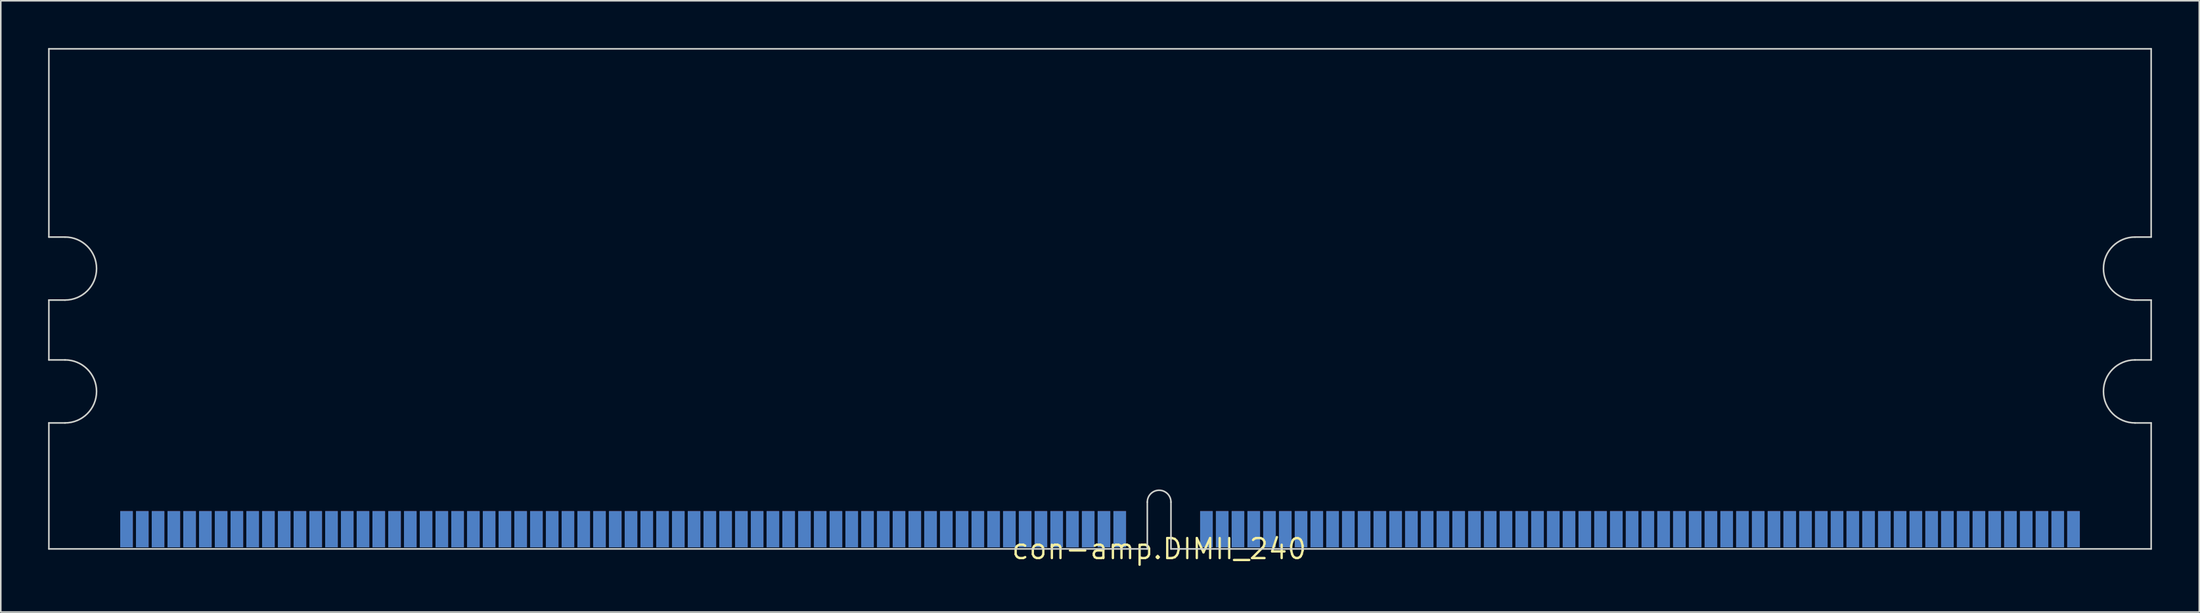
<source format=kicad_pcb>
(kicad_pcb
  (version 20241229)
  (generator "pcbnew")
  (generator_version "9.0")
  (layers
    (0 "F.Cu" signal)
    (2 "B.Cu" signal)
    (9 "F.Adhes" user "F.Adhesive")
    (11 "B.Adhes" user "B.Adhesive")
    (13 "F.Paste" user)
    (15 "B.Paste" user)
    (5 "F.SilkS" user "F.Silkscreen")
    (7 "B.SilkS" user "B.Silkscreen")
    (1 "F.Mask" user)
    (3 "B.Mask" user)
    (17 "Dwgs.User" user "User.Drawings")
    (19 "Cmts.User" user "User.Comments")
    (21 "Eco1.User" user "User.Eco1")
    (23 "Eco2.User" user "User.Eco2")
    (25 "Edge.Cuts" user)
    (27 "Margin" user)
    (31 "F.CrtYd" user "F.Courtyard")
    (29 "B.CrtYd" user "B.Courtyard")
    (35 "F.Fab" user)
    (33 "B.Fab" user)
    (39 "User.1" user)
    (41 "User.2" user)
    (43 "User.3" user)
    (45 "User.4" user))
  (footprint "con-amp.DIMII_240"
    (layer "F.Cu")
    (at 70.475 31.8)
    (property "Reference" "con-amp.DIMII_240" (at 0 0 0) (layer "F.SilkS") (effects (font (size 1.27 1.27) (thickness 0.15))))
    (attr smd)
    (fp_rect (start -66 0) (end 58.5 -2.5) (stroke (width 0.05) (type default)) (fill yes) (layer "F.Mask"))
    (fp_rect (start -65.95 0.075) (end -65.05 -2.45) (stroke (width 0.05) (type default)) (fill yes) (layer "F.Mask"))
    (fp_rect (start -64.95 0.075) (end -64.05 -2.45) (stroke (width 0.05) (type default)) (fill yes) (layer "F.Mask"))
    (fp_rect (start -63.95 0.075) (end -63.05 -2.45) (stroke (width 0.05) (type default)) (fill yes) (layer "F.Mask"))
    (fp_rect (start -62.95 0.075) (end -62.05 -2.45) (stroke (width 0.05) (type default)) (fill yes) (layer "F.Mask"))
    (fp_rect (start -61.95 0.075) (end -61.05 -2.45) (stroke (width 0.05) (type default)) (fill yes) (layer "F.Mask"))
    (fp_rect (start -60.95 0.075) (end -60.05 -2.45) (stroke (width 0.05) (type default)) (fill yes) (layer "F.Mask"))
    (fp_rect (start -59.95 0.075) (end -59.05 -2.45) (stroke (width 0.05) (type default)) (fill yes) (layer "F.Mask"))
    (fp_rect (start -58.95 0.075) (end -58.05 -2.45) (stroke (width 0.05) (type default)) (fill yes) (layer "F.Mask"))
    (fp_rect (start -57.95 0.075) (end -57.05 -2.45) (stroke (width 0.05) (type default)) (fill yes) (layer "F.Mask"))
    (fp_rect (start -56.95 0.075) (end -56.05 -2.45) (stroke (width 0.05) (type default)) (fill yes) (layer "F.Mask"))
    (fp_rect (start -55.95 0.075) (end -55.05 -2.45) (stroke (width 0.05) (type default)) (fill yes) (layer "F.Mask"))
    (fp_rect (start -54.95 0.075) (end -54.05 -2.45) (stroke (width 0.05) (type default)) (fill yes) (layer "F.Mask"))
    (fp_rect (start -53.95 0.075) (end -53.05 -2.45) (stroke (width 0.05) (type default)) (fill yes) (layer "F.Mask"))
    (fp_rect (start -52.95 0.075) (end -52.05 -2.45) (stroke (width 0.05) (type default)) (fill yes) (layer "F.Mask"))
    (fp_rect (start -51.95 0.075) (end -51.05 -2.45) (stroke (width 0.05) (type default)) (fill yes) (layer "F.Mask"))
    (fp_rect (start -50.95 0.075) (end -50.05 -2.45) (stroke (width 0.05) (type default)) (fill yes) (layer "F.Mask"))
    (fp_rect (start -49.95 0.075) (end -49.05 -2.45) (stroke (width 0.05) (type default)) (fill yes) (layer "F.Mask"))
    (fp_rect (start -48.95 0.075) (end -48.05 -2.45) (stroke (width 0.05) (type default)) (fill yes) (layer "F.Mask"))
    (fp_rect (start -47.95 0.075) (end -47.05 -2.45) (stroke (width 0.05) (type default)) (fill yes) (layer "F.Mask"))
    (fp_rect (start -46.95 0.075) (end -46.05 -2.45) (stroke (width 0.05) (type default)) (fill yes) (layer "F.Mask"))
    (fp_rect (start -45.95 0.075) (end -45.05 -2.45) (stroke (width 0.05) (type default)) (fill yes) (layer "F.Mask"))
    (fp_rect (start -44.95 0.075) (end -44.05 -2.45) (stroke (width 0.05) (type default)) (fill yes) (layer "F.Mask"))
    (fp_rect (start -43.95 0.075) (end -43.05 -2.45) (stroke (width 0.05) (type default)) (fill yes) (layer "F.Mask"))
    (fp_rect (start -42.95 0.075) (end -42.05 -2.45) (stroke (width 0.05) (type default)) (fill yes) (layer "F.Mask"))
    (fp_rect (start -41.95 0.075) (end -41.05 -2.45) (stroke (width 0.05) (type default)) (fill yes) (layer "F.Mask"))
    (fp_rect (start -40.95 0.075) (end -40.05 -2.45) (stroke (width 0.05) (type default)) (fill yes) (layer "F.Mask"))
    (fp_rect (start -39.95 0.075) (end -39.05 -2.45) (stroke (width 0.05) (type default)) (fill yes) (layer "F.Mask"))
    (fp_rect (start -38.95 0.075) (end -38.05 -2.45) (stroke (width 0.05) (type default)) (fill yes) (layer "F.Mask"))
    (fp_rect (start -37.95 0.075) (end -37.05 -2.45) (stroke (width 0.05) (type default)) (fill yes) (layer "F.Mask"))
    (fp_rect (start -36.95 0.075) (end -36.05 -2.45) (stroke (width 0.05) (type default)) (fill yes) (layer "F.Mask"))
    (fp_rect (start -35.95 0.075) (end -35.05 -2.45) (stroke (width 0.05) (type default)) (fill yes) (layer "F.Mask"))
    (fp_rect (start -34.95 0.075) (end -34.05 -2.45) (stroke (width 0.05) (type default)) (fill yes) (layer "F.Mask"))
    (fp_rect (start -33.95 0.075) (end -33.05 -2.45) (stroke (width 0.05) (type default)) (fill yes) (layer "F.Mask"))
    (fp_rect (start -32.95 0.075) (end -32.05 -2.45) (stroke (width 0.05) (type default)) (fill yes) (layer "F.Mask"))
    (fp_rect (start -31.95 0.075) (end -31.05 -2.45) (stroke (width 0.05) (type default)) (fill yes) (layer "F.Mask"))
    (fp_rect (start -30.95 0.075) (end -30.05 -2.45) (stroke (width 0.05) (type default)) (fill yes) (layer "F.Mask"))
    (fp_rect (start -29.95 0.075) (end -29.05 -2.45) (stroke (width 0.05) (type default)) (fill yes) (layer "F.Mask"))
    (fp_rect (start -28.95 0.075) (end -28.05 -2.45) (stroke (width 0.05) (type default)) (fill yes) (layer "F.Mask"))
    (fp_rect (start -27.95 0.075) (end -27.05 -2.45) (stroke (width 0.05) (type default)) (fill yes) (layer "F.Mask"))
    (fp_rect (start -26.95 0.075) (end -26.05 -2.45) (stroke (width 0.05) (type default)) (fill yes) (layer "F.Mask"))
    (fp_rect (start -25.95 0.075) (end -25.05 -2.45) (stroke (width 0.05) (type default)) (fill yes) (layer "F.Mask"))
    (fp_rect (start -24.95 0.075) (end -24.05 -2.45) (stroke (width 0.05) (type default)) (fill yes) (layer "F.Mask"))
    (fp_rect (start -23.95 0.075) (end -23.05 -2.45) (stroke (width 0.05) (type default)) (fill yes) (layer "F.Mask"))
    (fp_rect (start -22.95 0.075) (end -22.05 -2.45) (stroke (width 0.05) (type default)) (fill yes) (layer "F.Mask"))
    (fp_rect (start -21.95 0.075) (end -21.05 -2.45) (stroke (width 0.05) (type default)) (fill yes) (layer "F.Mask"))
    (fp_rect (start -20.95 0.075) (end -20.05 -2.45) (stroke (width 0.05) (type default)) (fill yes) (layer "F.Mask"))
    (fp_rect (start -19.95 0.075) (end -19.05 -2.45) (stroke (width 0.05) (type default)) (fill yes) (layer "F.Mask"))
    (fp_rect (start -18.95 0.075) (end -18.05 -2.45) (stroke (width 0.05) (type default)) (fill yes) (layer "F.Mask"))
    (fp_rect (start -17.95 0.075) (end -17.05 -2.45) (stroke (width 0.05) (type default)) (fill yes) (layer "F.Mask"))
    (fp_rect (start -16.95 0.075) (end -16.05 -2.45) (stroke (width 0.05) (type default)) (fill yes) (layer "F.Mask"))
    (fp_rect (start -15.95 0.075) (end -15.05 -2.45) (stroke (width 0.05) (type default)) (fill yes) (layer "F.Mask"))
    (fp_rect (start -14.95 0.075) (end -14.05 -2.45) (stroke (width 0.05) (type default)) (fill yes) (layer "F.Mask"))
    (fp_rect (start -13.95 0.075) (end -13.05 -2.45) (stroke (width 0.05) (type default)) (fill yes) (layer "F.Mask"))
    (fp_rect (start -12.95 0.075) (end -12.05 -2.45) (stroke (width 0.05) (type default)) (fill yes) (layer "F.Mask"))
    (fp_rect (start -11.95 0.075) (end -11.05 -2.45) (stroke (width 0.05) (type default)) (fill yes) (layer "F.Mask"))
    (fp_rect (start -10.95 0.075) (end -10.05 -2.45) (stroke (width 0.05) (type default)) (fill yes) (layer "F.Mask"))
    (fp_rect (start -9.95 0.075) (end -9.05 -2.45) (stroke (width 0.05) (type default)) (fill yes) (layer "F.Mask"))
    (fp_rect (start -8.95 0.075) (end -8.05 -2.45) (stroke (width 0.05) (type default)) (fill yes) (layer "F.Mask"))
    (fp_rect (start -7.95 0.075) (end -7.05 -2.45) (stroke (width 0.05) (type default)) (fill yes) (layer "F.Mask"))
    (fp_rect (start -6.95 0.075) (end -6.05 -2.45) (stroke (width 0.05) (type default)) (fill yes) (layer "F.Mask"))
    (fp_rect (start -5.95 0.075) (end -5.05 -2.45) (stroke (width 0.05) (type default)) (fill yes) (layer "F.Mask"))
    (fp_rect (start -4.95 0.075) (end -4.05 -2.45) (stroke (width 0.05) (type default)) (fill yes) (layer "F.Mask"))
    (fp_rect (start -3.95 0.075) (end -3.05 -2.45) (stroke (width 0.05) (type default)) (fill yes) (layer "F.Mask"))
    (fp_rect (start -2.95 0.075) (end -2.05 -2.45) (stroke (width 0.05) (type default)) (fill yes) (layer "F.Mask"))
    (fp_rect (start 2.55 0.075) (end 3.45 -2.45) (stroke (width 0.05) (type default)) (fill yes) (layer "F.Mask"))
    (fp_rect (start 3.55 0.075) (end 4.45 -2.45) (stroke (width 0.05) (type default)) (fill yes) (layer "F.Mask"))
    (fp_rect (start 4.55 0.075) (end 5.45 -2.45) (stroke (width 0.05) (type default)) (fill yes) (layer "F.Mask"))
    (fp_rect (start 5.55 0.075) (end 6.45 -2.45) (stroke (width 0.05) (type default)) (fill yes) (layer "F.Mask"))
    (fp_rect (start 6.55 0.075) (end 7.45 -2.45) (stroke (width 0.05) (type default)) (fill yes) (layer "F.Mask"))
    (fp_rect (start 7.55 0.075) (end 8.45 -2.45) (stroke (width 0.05) (type default)) (fill yes) (layer "F.Mask"))
    (fp_rect (start 8.55 0.075) (end 9.45 -2.45) (stroke (width 0.05) (type default)) (fill yes) (layer "F.Mask"))
    (fp_rect (start 9.55 0.075) (end 10.45 -2.45) (stroke (width 0.05) (type default)) (fill yes) (layer "F.Mask"))
    (fp_rect (start 10.55 0.075) (end 11.45 -2.45) (stroke (width 0.05) (type default)) (fill yes) (layer "F.Mask"))
    (fp_rect (start 11.55 0.075) (end 12.45 -2.45) (stroke (width 0.05) (type default)) (fill yes) (layer "F.Mask"))
    (fp_rect (start 12.55 0.075) (end 13.45 -2.45) (stroke (width 0.05) (type default)) (fill yes) (layer "F.Mask"))
    (fp_rect (start 13.55 0.075) (end 14.45 -2.45) (stroke (width 0.05) (type default)) (fill yes) (layer "F.Mask"))
    (fp_rect (start 14.55 0.075) (end 15.45 -2.45) (stroke (width 0.05) (type default)) (fill yes) (layer "F.Mask"))
    (fp_rect (start 15.55 0.075) (end 16.45 -2.45) (stroke (width 0.05) (type default)) (fill yes) (layer "F.Mask"))
    (fp_rect (start 16.55 0.075) (end 17.45 -2.45) (stroke (width 0.05) (type default)) (fill yes) (layer "F.Mask"))
    (fp_rect (start 17.55 0.075) (end 18.45 -2.45) (stroke (width 0.05) (type default)) (fill yes) (layer "F.Mask"))
    (fp_rect (start 18.55 0.075) (end 19.45 -2.45) (stroke (width 0.05) (type default)) (fill yes) (layer "F.Mask"))
    (fp_rect (start 19.55 0.075) (end 20.45 -2.45) (stroke (width 0.05) (type default)) (fill yes) (layer "F.Mask"))
    (fp_rect (start 20.55 0.075) (end 21.45 -2.45) (stroke (width 0.05) (type default)) (fill yes) (layer "F.Mask"))
    (fp_rect (start 21.55 0.075) (end 22.45 -2.45) (stroke (width 0.05) (type default)) (fill yes) (layer "F.Mask"))
    (fp_rect (start 22.55 0.075) (end 23.45 -2.45) (stroke (width 0.05) (type default)) (fill yes) (layer "F.Mask"))
    (fp_rect (start 23.55 0.075) (end 24.45 -2.45) (stroke (width 0.05) (type default)) (fill yes) (layer "F.Mask"))
    (fp_rect (start 24.55 0.075) (end 25.45 -2.45) (stroke (width 0.05) (type default)) (fill yes) (layer "F.Mask"))
    (fp_rect (start 25.55 0.075) (end 26.45 -2.45) (stroke (width 0.05) (type default)) (fill yes) (layer "F.Mask"))
    (fp_rect (start 26.55 0.075) (end 27.45 -2.45) (stroke (width 0.05) (type default)) (fill yes) (layer "F.Mask"))
    (fp_rect (start 27.55 0.075) (end 28.45 -2.45) (stroke (width 0.05) (type default)) (fill yes) (layer "F.Mask"))
    (fp_rect (start 28.55 0.075) (end 29.45 -2.45) (stroke (width 0.05) (type default)) (fill yes) (layer "F.Mask"))
    (fp_rect (start 29.55 0.075) (end 30.45 -2.45) (stroke (width 0.05) (type default)) (fill yes) (layer "F.Mask"))
    (fp_rect (start 30.55 0.075) (end 31.45 -2.45) (stroke (width 0.05) (type default)) (fill yes) (layer "F.Mask"))
    (fp_rect (start 31.55 0.075) (end 32.45 -2.45) (stroke (width 0.05) (type default)) (fill yes) (layer "F.Mask"))
    (fp_rect (start 32.55 0.075) (end 33.45 -2.45) (stroke (width 0.05) (type default)) (fill yes) (layer "F.Mask"))
    (fp_rect (start 33.55 0.075) (end 34.45 -2.45) (stroke (width 0.05) (type default)) (fill yes) (layer "F.Mask"))
    (fp_rect (start 34.55 0.075) (end 35.45 -2.45) (stroke (width 0.05) (type default)) (fill yes) (layer "F.Mask"))
    (fp_rect (start 35.55 0.075) (end 36.45 -2.45) (stroke (width 0.05) (type default)) (fill yes) (layer "F.Mask"))
    (fp_rect (start 36.55 0.075) (end 37.45 -2.45) (stroke (width 0.05) (type default)) (fill yes) (layer "F.Mask"))
    (fp_rect (start 37.55 0.075) (end 38.45 -2.45) (stroke (width 0.05) (type default)) (fill yes) (layer "F.Mask"))
    (fp_rect (start 38.55 0.075) (end 39.45 -2.45) (stroke (width 0.05) (type default)) (fill yes) (layer "F.Mask"))
    (fp_rect (start 39.55 0.075) (end 40.45 -2.45) (stroke (width 0.05) (type default)) (fill yes) (layer "F.Mask"))
    (fp_rect (start 40.55 0.075) (end 41.45 -2.45) (stroke (width 0.05) (type default)) (fill yes) (layer "F.Mask"))
    (fp_rect (start 41.55 0.075) (end 42.45 -2.45) (stroke (width 0.05) (type default)) (fill yes) (layer "F.Mask"))
    (fp_rect (start 42.55 0.075) (end 43.45 -2.45) (stroke (width 0.05) (type default)) (fill yes) (layer "F.Mask"))
    (fp_rect (start 43.55 0.075) (end 44.45 -2.45) (stroke (width 0.05) (type default)) (fill yes) (layer "F.Mask"))
    (fp_rect (start 44.55 0.075) (end 45.45 -2.45) (stroke (width 0.05) (type default)) (fill yes) (layer "F.Mask"))
    (fp_rect (start 45.55 0.075) (end 46.45 -2.45) (stroke (width 0.05) (type default)) (fill yes) (layer "F.Mask"))
    (fp_rect (start 46.55 0.075) (end 47.45 -2.45) (stroke (width 0.05) (type default)) (fill yes) (layer "F.Mask"))
    (fp_rect (start 47.55 0.075) (end 48.45 -2.45) (stroke (width 0.05) (type default)) (fill yes) (layer "F.Mask"))
    (fp_rect (start 48.55 0.075) (end 49.45 -2.45) (stroke (width 0.05) (type default)) (fill yes) (layer "F.Mask"))
    (fp_rect (start 49.55 0.075) (end 50.45 -2.45) (stroke (width 0.05) (type default)) (fill yes) (layer "F.Mask"))
    (fp_rect (start 50.55 0.075) (end 51.45 -2.45) (stroke (width 0.05) (type default)) (fill yes) (layer "F.Mask"))
    (fp_rect (start 51.55 0.075) (end 52.45 -2.45) (stroke (width 0.05) (type default)) (fill yes) (layer "F.Mask"))
    (fp_rect (start 52.55 0.075) (end 53.45 -2.45) (stroke (width 0.05) (type default)) (fill yes) (layer "F.Mask"))
    (fp_rect (start 53.55 0.075) (end 54.45 -2.45) (stroke (width 0.05) (type default)) (fill yes) (layer "F.Mask"))
    (fp_rect (start 54.55 0.075) (end 55.45 -2.45) (stroke (width 0.05) (type default)) (fill yes) (layer "F.Mask"))
    (fp_rect (start 55.55 0.075) (end 56.45 -2.45) (stroke (width 0.05) (type default)) (fill yes) (layer "F.Mask"))
    (fp_rect (start 56.55 0.075) (end 57.45 -2.45) (stroke (width 0.05) (type default)) (fill yes) (layer "F.Mask"))
    (fp_rect (start 57.55 0.075) (end 58.45 -2.45) (stroke (width 0.05) (type default)) (fill yes) (layer "F.Mask"))
    (fp_rect (start -66 0) (end 58.5 -2.5) (stroke (width 0.05) (type default)) (fill yes) (layer "B.Mask"))
    (fp_rect (start -65.95 0.075) (end -65.05 -2.45) (stroke (width 0.05) (type default)) (fill yes) (layer "B.Mask"))
    (fp_rect (start -64.95 0.075) (end -64.05 -2.45) (stroke (width 0.05) (type default)) (fill yes) (layer "B.Mask"))
    (fp_rect (start -63.95 0.075) (end -63.05 -2.45) (stroke (width 0.05) (type default)) (fill yes) (layer "B.Mask"))
    (fp_rect (start -62.95 0.075) (end -62.05 -2.45) (stroke (width 0.05) (type default)) (fill yes) (layer "B.Mask"))
    (fp_rect (start -61.95 0.075) (end -61.05 -2.45) (stroke (width 0.05) (type default)) (fill yes) (layer "B.Mask"))
    (fp_rect (start -60.95 0.075) (end -60.05 -2.45) (stroke (width 0.05) (type default)) (fill yes) (layer "B.Mask"))
    (fp_rect (start -59.95 0.075) (end -59.05 -2.45) (stroke (width 0.05) (type default)) (fill yes) (layer "B.Mask"))
    (fp_rect (start -58.95 0.075) (end -58.05 -2.45) (stroke (width 0.05) (type default)) (fill yes) (layer "B.Mask"))
    (fp_rect (start -57.95 0.075) (end -57.05 -2.45) (stroke (width 0.05) (type default)) (fill yes) (layer "B.Mask"))
    (fp_rect (start -56.95 0.075) (end -56.05 -2.45) (stroke (width 0.05) (type default)) (fill yes) (layer "B.Mask"))
    (fp_rect (start -55.95 0.075) (end -55.05 -2.45) (stroke (width 0.05) (type default)) (fill yes) (layer "B.Mask"))
    (fp_rect (start -54.95 0.075) (end -54.05 -2.45) (stroke (width 0.05) (type default)) (fill yes) (layer "B.Mask"))
    (fp_rect (start -53.95 0.075) (end -53.05 -2.45) (stroke (width 0.05) (type default)) (fill yes) (layer "B.Mask"))
    (fp_rect (start -52.95 0.075) (end -52.05 -2.45) (stroke (width 0.05) (type default)) (fill yes) (layer "B.Mask"))
    (fp_rect (start -51.95 0.075) (end -51.05 -2.45) (stroke (width 0.05) (type default)) (fill yes) (layer "B.Mask"))
    (fp_rect (start -50.95 0.075) (end -50.05 -2.45) (stroke (width 0.05) (type default)) (fill yes) (layer "B.Mask"))
    (fp_rect (start -49.95 0.075) (end -49.05 -2.45) (stroke (width 0.05) (type default)) (fill yes) (layer "B.Mask"))
    (fp_rect (start -48.95 0.075) (end -48.05 -2.45) (stroke (width 0.05) (type default)) (fill yes) (layer "B.Mask"))
    (fp_rect (start -47.95 0.075) (end -47.05 -2.45) (stroke (width 0.05) (type default)) (fill yes) (layer "B.Mask"))
    (fp_rect (start -46.95 0.075) (end -46.05 -2.45) (stroke (width 0.05) (type default)) (fill yes) (layer "B.Mask"))
    (fp_rect (start -45.95 0.075) (end -45.05 -2.45) (stroke (width 0.05) (type default)) (fill yes) (layer "B.Mask"))
    (fp_rect (start -44.95 0.075) (end -44.05 -2.45) (stroke (width 0.05) (type default)) (fill yes) (layer "B.Mask"))
    (fp_rect (start -43.95 0.075) (end -43.05 -2.45) (stroke (width 0.05) (type default)) (fill yes) (layer "B.Mask"))
    (fp_rect (start -42.95 0.075) (end -42.05 -2.45) (stroke (width 0.05) (type default)) (fill yes) (layer "B.Mask"))
    (fp_rect (start -41.95 0.075) (end -41.05 -2.45) (stroke (width 0.05) (type default)) (fill yes) (layer "B.Mask"))
    (fp_rect (start -40.95 0.075) (end -40.05 -2.45) (stroke (width 0.05) (type default)) (fill yes) (layer "B.Mask"))
    (fp_rect (start -39.95 0.075) (end -39.05 -2.45) (stroke (width 0.05) (type default)) (fill yes) (layer "B.Mask"))
    (fp_rect (start -38.95 0.075) (end -38.05 -2.45) (stroke (width 0.05) (type default)) (fill yes) (layer "B.Mask"))
    (fp_rect (start -37.95 0.075) (end -37.05 -2.45) (stroke (width 0.05) (type default)) (fill yes) (layer "B.Mask"))
    (fp_rect (start -36.95 0.075) (end -36.05 -2.45) (stroke (width 0.05) (type default)) (fill yes) (layer "B.Mask"))
    (fp_rect (start -35.95 0.075) (end -35.05 -2.45) (stroke (width 0.05) (type default)) (fill yes) (layer "B.Mask"))
    (fp_rect (start -34.95 0.075) (end -34.05 -2.45) (stroke (width 0.05) (type default)) (fill yes) (layer "B.Mask"))
    (fp_rect (start -33.95 0.075) (end -33.05 -2.45) (stroke (width 0.05) (type default)) (fill yes) (layer "B.Mask"))
    (fp_rect (start -32.95 0.075) (end -32.05 -2.45) (stroke (width 0.05) (type default)) (fill yes) (layer "B.Mask"))
    (fp_rect (start -31.95 0.075) (end -31.05 -2.45) (stroke (width 0.05) (type default)) (fill yes) (layer "B.Mask"))
    (fp_rect (start -30.95 0.075) (end -30.05 -2.45) (stroke (width 0.05) (type default)) (fill yes) (layer "B.Mask"))
    (fp_rect (start -29.95 0.075) (end -29.05 -2.45) (stroke (width 0.05) (type default)) (fill yes) (layer "B.Mask"))
    (fp_rect (start -28.95 0.075) (end -28.05 -2.45) (stroke (width 0.05) (type default)) (fill yes) (layer "B.Mask"))
    (fp_rect (start -27.95 0.075) (end -27.05 -2.45) (stroke (width 0.05) (type default)) (fill yes) (layer "B.Mask"))
    (fp_rect (start -26.95 0.075) (end -26.05 -2.45) (stroke (width 0.05) (type default)) (fill yes) (layer "B.Mask"))
    (fp_rect (start -25.95 0.075) (end -25.05 -2.45) (stroke (width 0.05) (type default)) (fill yes) (layer "B.Mask"))
    (fp_rect (start -24.95 0.075) (end -24.05 -2.45) (stroke (width 0.05) (type default)) (fill yes) (layer "B.Mask"))
    (fp_rect (start -23.95 0.075) (end -23.05 -2.45) (stroke (width 0.05) (type default)) (fill yes) (layer "B.Mask"))
    (fp_rect (start -22.95 0.075) (end -22.05 -2.45) (stroke (width 0.05) (type default)) (fill yes) (layer "B.Mask"))
    (fp_rect (start -21.95 0.075) (end -21.05 -2.45) (stroke (width 0.05) (type default)) (fill yes) (layer "B.Mask"))
    (fp_rect (start -20.95 0.075) (end -20.05 -2.45) (stroke (width 0.05) (type default)) (fill yes) (layer "B.Mask"))
    (fp_rect (start -19.95 0.075) (end -19.05 -2.45) (stroke (width 0.05) (type default)) (fill yes) (layer "B.Mask"))
    (fp_rect (start -18.95 0.075) (end -18.05 -2.45) (stroke (width 0.05) (type default)) (fill yes) (layer "B.Mask"))
    (fp_rect (start -17.95 0.075) (end -17.05 -2.45) (stroke (width 0.05) (type default)) (fill yes) (layer "B.Mask"))
    (fp_rect (start -16.95 0.075) (end -16.05 -2.45) (stroke (width 0.05) (type default)) (fill yes) (layer "B.Mask"))
    (fp_rect (start -15.95 0.075) (end -15.05 -2.45) (stroke (width 0.05) (type default)) (fill yes) (layer "B.Mask"))
    (fp_rect (start -14.95 0.075) (end -14.05 -2.45) (stroke (width 0.05) (type default)) (fill yes) (layer "B.Mask"))
    (fp_rect (start -13.95 0.075) (end -13.05 -2.45) (stroke (width 0.05) (type default)) (fill yes) (layer "B.Mask"))
    (fp_rect (start -12.95 0.075) (end -12.05 -2.45) (stroke (width 0.05) (type default)) (fill yes) (layer "B.Mask"))
    (fp_rect (start -11.95 0.075) (end -11.05 -2.45) (stroke (width 0.05) (type default)) (fill yes) (layer "B.Mask"))
    (fp_rect (start -10.95 0.075) (end -10.05 -2.45) (stroke (width 0.05) (type default)) (fill yes) (layer "B.Mask"))
    (fp_rect (start -9.95 0.075) (end -9.05 -2.45) (stroke (width 0.05) (type default)) (fill yes) (layer "B.Mask"))
    (fp_rect (start -8.95 0.075) (end -8.05 -2.45) (stroke (width 0.05) (type default)) (fill yes) (layer "B.Mask"))
    (fp_rect (start -7.95 0.075) (end -7.05 -2.45) (stroke (width 0.05) (type default)) (fill yes) (layer "B.Mask"))
    (fp_rect (start -6.95 0.075) (end -6.05 -2.45) (stroke (width 0.05) (type default)) (fill yes) (layer "B.Mask"))
    (fp_rect (start -5.95 0.075) (end -5.05 -2.45) (stroke (width 0.05) (type default)) (fill yes) (layer "B.Mask"))
    (fp_rect (start -4.95 0.075) (end -4.05 -2.45) (stroke (width 0.05) (type default)) (fill yes) (layer "B.Mask"))
    (fp_rect (start -3.95 0.075) (end -3.05 -2.45) (stroke (width 0.05) (type default)) (fill yes) (layer "B.Mask"))
    (fp_rect (start -2.95 0.075) (end -2.05 -2.45) (stroke (width 0.05) (type default)) (fill yes) (layer "B.Mask"))
    (fp_rect (start 2.55 0.075) (end 3.45 -2.45) (stroke (width 0.05) (type default)) (fill yes) (layer "B.Mask"))
    (fp_rect (start 3.55 0.075) (end 4.45 -2.45) (stroke (width 0.05) (type default)) (fill yes) (layer "B.Mask"))
    (fp_rect (start 4.55 0.075) (end 5.45 -2.45) (stroke (width 0.05) (type default)) (fill yes) (layer "B.Mask"))
    (fp_rect (start 5.55 0.075) (end 6.45 -2.45) (stroke (width 0.05) (type default)) (fill yes) (layer "B.Mask"))
    (fp_rect (start 6.55 0.075) (end 7.45 -2.45) (stroke (width 0.05) (type default)) (fill yes) (layer "B.Mask"))
    (fp_rect (start 7.55 0.075) (end 8.45 -2.45) (stroke (width 0.05) (type default)) (fill yes) (layer "B.Mask"))
    (fp_rect (start 8.55 0.075) (end 9.45 -2.45) (stroke (width 0.05) (type default)) (fill yes) (layer "B.Mask"))
    (fp_rect (start 9.55 0.075) (end 10.45 -2.45) (stroke (width 0.05) (type default)) (fill yes) (layer "B.Mask"))
    (fp_rect (start 10.55 0.075) (end 11.45 -2.45) (stroke (width 0.05) (type default)) (fill yes) (layer "B.Mask"))
    (fp_rect (start 11.55 0.075) (end 12.45 -2.45) (stroke (width 0.05) (type default)) (fill yes) (layer "B.Mask"))
    (fp_rect (start 12.55 0.075) (end 13.45 -2.45) (stroke (width 0.05) (type default)) (fill yes) (layer "B.Mask"))
    (fp_rect (start 13.55 0.075) (end 14.45 -2.45) (stroke (width 0.05) (type default)) (fill yes) (layer "B.Mask"))
    (fp_rect (start 14.55 0.075) (end 15.45 -2.45) (stroke (width 0.05) (type default)) (fill yes) (layer "B.Mask"))
    (fp_rect (start 15.55 0.075) (end 16.45 -2.45) (stroke (width 0.05) (type default)) (fill yes) (layer "B.Mask"))
    (fp_rect (start 16.55 0.075) (end 17.45 -2.45) (stroke (width 0.05) (type default)) (fill yes) (layer "B.Mask"))
    (fp_rect (start 17.55 0.075) (end 18.45 -2.45) (stroke (width 0.05) (type default)) (fill yes) (layer "B.Mask"))
    (fp_rect (start 18.55 0.075) (end 19.45 -2.45) (stroke (width 0.05) (type default)) (fill yes) (layer "B.Mask"))
    (fp_rect (start 19.55 0.075) (end 20.45 -2.45) (stroke (width 0.05) (type default)) (fill yes) (layer "B.Mask"))
    (fp_rect (start 20.55 0.075) (end 21.45 -2.45) (stroke (width 0.05) (type default)) (fill yes) (layer "B.Mask"))
    (fp_rect (start 21.55 0.075) (end 22.45 -2.45) (stroke (width 0.05) (type default)) (fill yes) (layer "B.Mask"))
    (fp_rect (start 22.55 0.075) (end 23.45 -2.45) (stroke (width 0.05) (type default)) (fill yes) (layer "B.Mask"))
    (fp_rect (start 23.55 0.075) (end 24.45 -2.45) (stroke (width 0.05) (type default)) (fill yes) (layer "B.Mask"))
    (fp_rect (start 24.55 0.075) (end 25.45 -2.45) (stroke (width 0.05) (type default)) (fill yes) (layer "B.Mask"))
    (fp_rect (start 25.55 0.075) (end 26.45 -2.45) (stroke (width 0.05) (type default)) (fill yes) (layer "B.Mask"))
    (fp_rect (start 26.55 0.075) (end 27.45 -2.45) (stroke (width 0.05) (type default)) (fill yes) (layer "B.Mask"))
    (fp_rect (start 27.55 0.075) (end 28.45 -2.45) (stroke (width 0.05) (type default)) (fill yes) (layer "B.Mask"))
    (fp_rect (start 28.55 0.075) (end 29.45 -2.45) (stroke (width 0.05) (type default)) (fill yes) (layer "B.Mask"))
    (fp_rect (start 29.55 0.075) (end 30.45 -2.45) (stroke (width 0.05) (type default)) (fill yes) (layer "B.Mask"))
    (fp_rect (start 30.55 0.075) (end 31.45 -2.45) (stroke (width 0.05) (type default)) (fill yes) (layer "B.Mask"))
    (fp_rect (start 31.55 0.075) (end 32.45 -2.45) (stroke (width 0.05) (type default)) (fill yes) (layer "B.Mask"))
    (fp_rect (start 32.55 0.075) (end 33.45 -2.45) (stroke (width 0.05) (type default)) (fill yes) (layer "B.Mask"))
    (fp_rect (start 33.55 0.075) (end 34.45 -2.45) (stroke (width 0.05) (type default)) (fill yes) (layer "B.Mask"))
    (fp_rect (start 34.55 0.075) (end 35.45 -2.45) (stroke (width 0.05) (type default)) (fill yes) (layer "B.Mask"))
    (fp_rect (start 35.55 0.075) (end 36.45 -2.45) (stroke (width 0.05) (type default)) (fill yes) (layer "B.Mask"))
    (fp_rect (start 36.55 0.075) (end 37.45 -2.45) (stroke (width 0.05) (type default)) (fill yes) (layer "B.Mask"))
    (fp_rect (start 37.55 0.075) (end 38.45 -2.45) (stroke (width 0.05) (type default)) (fill yes) (layer "B.Mask"))
    (fp_rect (start 38.55 0.075) (end 39.45 -2.45) (stroke (width 0.05) (type default)) (fill yes) (layer "B.Mask"))
    (fp_rect (start 39.55 0.075) (end 40.45 -2.45) (stroke (width 0.05) (type default)) (fill yes) (layer "B.Mask"))
    (fp_rect (start 40.55 0.075) (end 41.45 -2.45) (stroke (width 0.05) (type default)) (fill yes) (layer "B.Mask"))
    (fp_rect (start 41.55 0.075) (end 42.45 -2.45) (stroke (width 0.05) (type default)) (fill yes) (layer "B.Mask"))
    (fp_rect (start 42.55 0.075) (end 43.45 -2.45) (stroke (width 0.05) (type default)) (fill yes) (layer "B.Mask"))
    (fp_rect (start 43.55 0.075) (end 44.45 -2.45) (stroke (width 0.05) (type default)) (fill yes) (layer "B.Mask"))
    (fp_rect (start 44.55 0.075) (end 45.45 -2.45) (stroke (width 0.05) (type default)) (fill yes) (layer "B.Mask"))
    (fp_rect (start 45.55 0.075) (end 46.45 -2.45) (stroke (width 0.05) (type default)) (fill yes) (layer "B.Mask"))
    (fp_rect (start 46.55 0.075) (end 47.45 -2.45) (stroke (width 0.05) (type default)) (fill yes) (layer "B.Mask"))
    (fp_rect (start 47.55 0.075) (end 48.45 -2.45) (stroke (width 0.05) (type default)) (fill yes) (layer "B.Mask"))
    (fp_rect (start 48.55 0.075) (end 49.45 -2.45) (stroke (width 0.05) (type default)) (fill yes) (layer "B.Mask"))
    (fp_rect (start 49.55 0.075) (end 50.45 -2.45) (stroke (width 0.05) (type default)) (fill yes) (layer "B.Mask"))
    (fp_rect (start 50.55 0.075) (end 51.45 -2.45) (stroke (width 0.05) (type default)) (fill yes) (layer "B.Mask"))
    (fp_rect (start 51.55 0.075) (end 52.45 -2.45) (stroke (width 0.05) (type default)) (fill yes) (layer "B.Mask"))
    (fp_rect (start 52.55 0.075) (end 53.45 -2.45) (stroke (width 0.05) (type default)) (fill yes) (layer "B.Mask"))
    (fp_rect (start 53.55 0.075) (end 54.45 -2.45) (stroke (width 0.05) (type default)) (fill yes) (layer "B.Mask"))
    (fp_rect (start 54.55 0.075) (end 55.45 -2.45) (stroke (width 0.05) (type default)) (fill yes) (layer "B.Mask"))
    (fp_rect (start 55.55 0.075) (end 56.45 -2.45) (stroke (width 0.05) (type default)) (fill yes) (layer "B.Mask"))
    (fp_rect (start 56.55 0.075) (end 57.45 -2.45) (stroke (width 0.05) (type default)) (fill yes) (layer "B.Mask"))
    (fp_rect (start 57.55 0.075) (end 58.45 -2.45) (stroke (width 0.05) (type default)) (fill yes) (layer "B.Mask"))
    (fp_line (start -70.425 -31.75) (end -70.425 -19.8) (stroke (width 0.1) (type default)) (layer "Edge.Cuts"))
    (fp_line (start -70.425 -19.8) (end -69.4 -19.8) (stroke (width 0.1) (type default)) (layer "Edge.Cuts"))
    (fp_line (start -70.425 -15.8) (end -70.425 -12) (stroke (width 0.1) (type default)) (layer "Edge.Cuts"))
    (fp_line (start -70.425 -15.8) (end -69.4 -15.8) (stroke (width 0.1) (type default)) (layer "Edge.Cuts"))
    (fp_line (start -70.425 -12) (end -69.4 -12) (stroke (width 0.1) (type default)) (layer "Edge.Cuts"))
    (fp_line (start -70.425 -8) (end -70.425 0) (stroke (width 0.1) (type default)) (layer "Edge.Cuts"))
    (fp_line (start -70.425 -8) (end -69.4 -8) (stroke (width 0.1) (type default)) (layer "Edge.Cuts"))
    (fp_line (start -70.425 0) (end -0.75 0) (stroke (width 0.1) (type default)) (layer "Edge.Cuts"))
    (fp_line (start -0.75 0) (end -0.75 -2.975) (stroke (width 0.1) (type default)) (layer "Edge.Cuts"))
    (fp_line (start 0.75 -2.975) (end 0.75 0) (stroke (width 0.1) (type default)) (layer "Edge.Cuts"))
    (fp_line (start 0.75 0) (end 62.925 0) (stroke (width 0.1) (type default)) (layer "Edge.Cuts"))
    (fp_line (start 62.925 -31.75) (end -70.425 -31.75) (stroke (width 0.1) (type default)) (layer "Edge.Cuts"))
    (fp_line (start 62.925 -19.8) (end 61.9 -19.8) (stroke (width 0.1) (type default)) (layer "Edge.Cuts"))
    (fp_line (start 62.925 -19.8) (end 62.925 -31.75) (stroke (width 0.1) (type default)) (layer "Edge.Cuts"))
    (fp_line (start 62.925 -15.8) (end 61.9 -15.8) (stroke (width 0.1) (type default)) (layer "Edge.Cuts"))
    (fp_line (start 62.925 -12) (end 61.9 -12) (stroke (width 0.1) (type default)) (layer "Edge.Cuts"))
    (fp_line (start 62.925 -12) (end 62.925 -15.8) (stroke (width 0.1) (type default)) (layer "Edge.Cuts"))
    (fp_line (start 62.925 -8) (end 61.9 -8) (stroke (width 0.1) (type default)) (layer "Edge.Cuts"))
    (fp_line (start 62.925 0) (end 62.925 -8) (stroke (width 0.1) (type default)) (layer "Edge.Cuts"))
    (fp_arc (start -69.4 -19.8) (mid -67.4 -17.8) (end -69.4 -15.8) (stroke (width 0.1) (type default)) (layer "Edge.Cuts"))
    (fp_arc (start -69.4 -12) (mid -67.4 -10) (end -69.4 -8) (stroke (width 0.1) (type default)) (layer "Edge.Cuts"))
    (fp_arc (start -0.75 -2.975) (mid 0 -3.725) (end 0.75 -2.975) (stroke (width 0.1) (type default)) (layer "Edge.Cuts"))
    (fp_arc (start 61.9 -15.8) (mid 59.9 -17.8) (end 61.9 -19.8) (stroke (width 0.1) (type default)) (layer "Edge.Cuts"))
    (fp_arc (start 61.9 -8) (mid 59.9 -10) (end 61.9 -12) (stroke (width 0.1) (type default)) (layer "Edge.Cuts"))
    (pad "1" smd roundrect (at -65.5 -1.25) (size 0.8 2.3) (layers "F.Cu" "F.Mask" "F.Paste") (roundrect_rratio 0.01))
    (pad "2" smd roundrect (at -64.5 -1.25) (size 0.8 2.3) (layers "F.Cu" "F.Mask" "F.Paste") (roundrect_rratio 0.01))
    (pad "3" smd roundrect (at -63.5 -1.25) (size 0.8 2.3) (layers "F.Cu" "F.Mask" "F.Paste") (roundrect_rratio 0.01))
    (pad "4" smd roundrect (at -62.5 -1.25) (size 0.8 2.3) (layers "F.Cu" "F.Mask" "F.Paste") (roundrect_rratio 0.01))
    (pad "5" smd roundrect (at -61.5 -1.25) (size 0.8 2.3) (layers "F.Cu" "F.Mask" "F.Paste") (roundrect_rratio 0.01))
    (pad "6" smd roundrect (at -60.5 -1.25) (size 0.8 2.3) (layers "F.Cu" "F.Mask" "F.Paste") (roundrect_rratio 0.01))
    (pad "7" smd roundrect (at -59.5 -1.25) (size 0.8 2.3) (layers "F.Cu" "F.Mask" "F.Paste") (roundrect_rratio 0.01))
    (pad "8" smd roundrect (at -58.5 -1.25) (size 0.8 2.3) (layers "F.Cu" "F.Mask" "F.Paste") (roundrect_rratio 0.01))
    (pad "9" smd roundrect (at -57.5 -1.25) (size 0.8 2.3) (layers "F.Cu" "F.Mask" "F.Paste") (roundrect_rratio 0.01))
    (pad "10" smd roundrect (at -56.5 -1.25) (size 0.8 2.3) (layers "F.Cu" "F.Mask" "F.Paste") (roundrect_rratio 0.01))
    (pad "11" smd roundrect (at -55.5 -1.25) (size 0.8 2.3) (layers "F.Cu" "F.Mask" "F.Paste") (roundrect_rratio 0.01))
    (pad "12" smd roundrect (at -54.5 -1.25) (size 0.8 2.3) (layers "F.Cu" "F.Mask" "F.Paste") (roundrect_rratio 0.01))
    (pad "13" smd roundrect (at -53.5 -1.25) (size 0.8 2.3) (layers "F.Cu" "F.Mask" "F.Paste") (roundrect_rratio 0.01))
    (pad "14" smd roundrect (at -52.5 -1.25) (size 0.8 2.3) (layers "F.Cu" "F.Mask" "F.Paste") (roundrect_rratio 0.01))
    (pad "15" smd roundrect (at -51.5 -1.25) (size 0.8 2.3) (layers "F.Cu" "F.Mask" "F.Paste") (roundrect_rratio 0.01))
    (pad "16" smd roundrect (at -50.5 -1.25) (size 0.8 2.3) (layers "F.Cu" "F.Mask" "F.Paste") (roundrect_rratio 0.01))
    (pad "17" smd roundrect (at -49.5 -1.25) (size 0.8 2.3) (layers "F.Cu" "F.Mask" "F.Paste") (roundrect_rratio 0.01))
    (pad "18" smd roundrect (at -48.5 -1.25) (size 0.8 2.3) (layers "F.Cu" "F.Mask" "F.Paste") (roundrect_rratio 0.01))
    (pad "19" smd roundrect (at -47.5 -1.25) (size 0.8 2.3) (layers "F.Cu" "F.Mask" "F.Paste") (roundrect_rratio 0.01))
    (pad "20" smd roundrect (at -46.5 -1.25) (size 0.8 2.3) (layers "F.Cu" "F.Mask" "F.Paste") (roundrect_rratio 0.01))
    (pad "21" smd roundrect (at -45.5 -1.25) (size 0.8 2.3) (layers "F.Cu" "F.Mask" "F.Paste") (roundrect_rratio 0.01))
    (pad "22" smd roundrect (at -44.5 -1.25) (size 0.8 2.3) (layers "F.Cu" "F.Mask" "F.Paste") (roundrect_rratio 0.01))
    (pad "23" smd roundrect (at -43.5 -1.25) (size 0.8 2.3) (layers "F.Cu" "F.Mask" "F.Paste") (roundrect_rratio 0.01))
    (pad "24" smd roundrect (at -42.5 -1.25) (size 0.8 2.3) (layers "F.Cu" "F.Mask" "F.Paste") (roundrect_rratio 0.01))
    (pad "25" smd roundrect (at -41.5 -1.25) (size 0.8 2.3) (layers "F.Cu" "F.Mask" "F.Paste") (roundrect_rratio 0.01))
    (pad "26" smd roundrect (at -40.5 -1.25) (size 0.8 2.3) (layers "F.Cu" "F.Mask" "F.Paste") (roundrect_rratio 0.01))
    (pad "27" smd roundrect (at -39.5 -1.25) (size 0.8 2.3) (layers "F.Cu" "F.Mask" "F.Paste") (roundrect_rratio 0.01))
    (pad "28" smd roundrect (at -38.5 -1.25) (size 0.8 2.3) (layers "F.Cu" "F.Mask" "F.Paste") (roundrect_rratio 0.01))
    (pad "29" smd roundrect (at -37.5 -1.25) (size 0.8 2.3) (layers "F.Cu" "F.Mask" "F.Paste") (roundrect_rratio 0.01))
    (pad "30" smd roundrect (at -36.5 -1.25) (size 0.8 2.3) (layers "F.Cu" "F.Mask" "F.Paste") (roundrect_rratio 0.01))
    (pad "31" smd roundrect (at -35.5 -1.25) (size 0.8 2.3) (layers "F.Cu" "F.Mask" "F.Paste") (roundrect_rratio 0.01))
    (pad "32" smd roundrect (at -34.5 -1.25) (size 0.8 2.3) (layers "F.Cu" "F.Mask" "F.Paste") (roundrect_rratio 0.01))
    (pad "33" smd roundrect (at -33.5 -1.25) (size 0.8 2.3) (layers "F.Cu" "F.Mask" "F.Paste") (roundrect_rratio 0.01))
    (pad "34" smd roundrect (at -32.5 -1.25) (size 0.8 2.3) (layers "F.Cu" "F.Mask" "F.Paste") (roundrect_rratio 0.01))
    (pad "35" smd roundrect (at -31.5 -1.25) (size 0.8 2.3) (layers "F.Cu" "F.Mask" "F.Paste") (roundrect_rratio 0.01))
    (pad "36" smd roundrect (at -30.5 -1.25) (size 0.8 2.3) (layers "F.Cu" "F.Mask" "F.Paste") (roundrect_rratio 0.01))
    (pad "37" smd roundrect (at -29.5 -1.25) (size 0.8 2.3) (layers "F.Cu" "F.Mask" "F.Paste") (roundrect_rratio 0.01))
    (pad "38" smd roundrect (at -28.5 -1.25) (size 0.8 2.3) (layers "F.Cu" "F.Mask" "F.Paste") (roundrect_rratio 0.01))
    (pad "39" smd roundrect (at -27.5 -1.25) (size 0.8 2.3) (layers "F.Cu" "F.Mask" "F.Paste") (roundrect_rratio 0.01))
    (pad "40" smd roundrect (at -26.5 -1.25) (size 0.8 2.3) (layers "F.Cu" "F.Mask" "F.Paste") (roundrect_rratio 0.01))
    (pad "41" smd roundrect (at -25.5 -1.25) (size 0.8 2.3) (layers "F.Cu" "F.Mask" "F.Paste") (roundrect_rratio 0.01))
    (pad "42" smd roundrect (at -24.5 -1.25) (size 0.8 2.3) (layers "F.Cu" "F.Mask" "F.Paste") (roundrect_rratio 0.01))
    (pad "43" smd roundrect (at -23.5 -1.25) (size 0.8 2.3) (layers "F.Cu" "F.Mask" "F.Paste") (roundrect_rratio 0.01))
    (pad "44" smd roundrect (at -22.5 -1.25) (size 0.8 2.3) (layers "F.Cu" "F.Mask" "F.Paste") (roundrect_rratio 0.01))
    (pad "45" smd roundrect (at -21.5 -1.25) (size 0.8 2.3) (layers "F.Cu" "F.Mask" "F.Paste") (roundrect_rratio 0.01))
    (pad "46" smd roundrect (at -20.5 -1.25) (size 0.8 2.3) (layers "F.Cu" "F.Mask" "F.Paste") (roundrect_rratio 0.01))
    (pad "47" smd roundrect (at -19.5 -1.25) (size 0.8 2.3) (layers "F.Cu" "F.Mask" "F.Paste") (roundrect_rratio 0.01))
    (pad "48" smd roundrect (at -18.5 -1.25) (size 0.8 2.3) (layers "F.Cu" "F.Mask" "F.Paste") (roundrect_rratio 0.01))
    (pad "49" smd roundrect (at -17.5 -1.25) (size 0.8 2.3) (layers "F.Cu" "F.Mask" "F.Paste") (roundrect_rratio 0.01))
    (pad "50" smd roundrect (at -16.5 -1.25) (size 0.8 2.3) (layers "F.Cu" "F.Mask" "F.Paste") (roundrect_rratio 0.01))
    (pad "51" smd roundrect (at -15.5 -1.25) (size 0.8 2.3) (layers "F.Cu" "F.Mask" "F.Paste") (roundrect_rratio 0.01))
    (pad "52" smd roundrect (at -14.5 -1.25) (size 0.8 2.3) (layers "F.Cu" "F.Mask" "F.Paste") (roundrect_rratio 0.01))
    (pad "53" smd roundrect (at -13.5 -1.25) (size 0.8 2.3) (layers "F.Cu" "F.Mask" "F.Paste") (roundrect_rratio 0.01))
    (pad "54" smd roundrect (at -12.5 -1.25) (size 0.8 2.3) (layers "F.Cu" "F.Mask" "F.Paste") (roundrect_rratio 0.01))
    (pad "55" smd roundrect (at -11.5 -1.25) (size 0.8 2.3) (layers "F.Cu" "F.Mask" "F.Paste") (roundrect_rratio 0.01))
    (pad "56" smd roundrect (at -10.5 -1.25) (size 0.8 2.3) (layers "F.Cu" "F.Mask" "F.Paste") (roundrect_rratio 0.01))
    (pad "57" smd roundrect (at -9.5 -1.25) (size 0.8 2.3) (layers "F.Cu" "F.Mask" "F.Paste") (roundrect_rratio 0.01))
    (pad "58" smd roundrect (at -8.5 -1.25) (size 0.8 2.3) (layers "F.Cu" "F.Mask" "F.Paste") (roundrect_rratio 0.01))
    (pad "59" smd roundrect (at -7.5 -1.25) (size 0.8 2.3) (layers "F.Cu" "F.Mask" "F.Paste") (roundrect_rratio 0.01))
    (pad "60" smd roundrect (at -6.5 -1.25) (size 0.8 2.3) (layers "F.Cu" "F.Mask" "F.Paste") (roundrect_rratio 0.01))
    (pad "61" smd roundrect (at -5.5 -1.25) (size 0.8 2.3) (layers "F.Cu" "F.Mask" "F.Paste") (roundrect_rratio 0.01))
    (pad "62" smd roundrect (at -4.5 -1.25) (size 0.8 2.3) (layers "F.Cu" "F.Mask" "F.Paste") (roundrect_rratio 0.01))
    (pad "63" smd roundrect (at -3.5 -1.25) (size 0.8 2.3) (layers "F.Cu" "F.Mask" "F.Paste") (roundrect_rratio 0.01))
    (pad "64" smd roundrect (at -2.5 -1.25) (size 0.8 2.3) (layers "F.Cu" "F.Mask" "F.Paste") (roundrect_rratio 0.01))
    (pad "65" smd roundrect (at 3 -1.25) (size 0.8 2.3) (layers "F.Cu" "F.Mask" "F.Paste") (roundrect_rratio 0.01))
    (pad "66" smd roundrect (at 4 -1.25) (size 0.8 2.3) (layers "F.Cu" "F.Mask" "F.Paste") (roundrect_rratio 0.01))
    (pad "67" smd roundrect (at 5 -1.25) (size 0.8 2.3) (layers "F.Cu" "F.Mask" "F.Paste") (roundrect_rratio 0.01))
    (pad "68" smd roundrect (at 6 -1.25) (size 0.8 2.3) (layers "F.Cu" "F.Mask" "F.Paste") (roundrect_rratio 0.01))
    (pad "69" smd roundrect (at 7 -1.25) (size 0.8 2.3) (layers "F.Cu" "F.Mask" "F.Paste") (roundrect_rratio 0.01))
    (pad "70" smd roundrect (at 8 -1.25) (size 0.8 2.3) (layers "F.Cu" "F.Mask" "F.Paste") (roundrect_rratio 0.01))
    (pad "71" smd roundrect (at 9 -1.25) (size 0.8 2.3) (layers "F.Cu" "F.Mask" "F.Paste") (roundrect_rratio 0.01))
    (pad "72" smd roundrect (at 10 -1.25) (size 0.8 2.3) (layers "F.Cu" "F.Mask" "F.Paste") (roundrect_rratio 0.01))
    (pad "73" smd roundrect (at 11 -1.25) (size 0.8 2.3) (layers "F.Cu" "F.Mask" "F.Paste") (roundrect_rratio 0.01))
    (pad "74" smd roundrect (at 12 -1.25) (size 0.8 2.3) (layers "F.Cu" "F.Mask" "F.Paste") (roundrect_rratio 0.01))
    (pad "75" smd roundrect (at 13 -1.25) (size 0.8 2.3) (layers "F.Cu" "F.Mask" "F.Paste") (roundrect_rratio 0.01))
    (pad "76" smd roundrect (at 14 -1.25) (size 0.8 2.3) (layers "F.Cu" "F.Mask" "F.Paste") (roundrect_rratio 0.01))
    (pad "77" smd roundrect (at 15 -1.25) (size 0.8 2.3) (layers "F.Cu" "F.Mask" "F.Paste") (roundrect_rratio 0.01))
    (pad "78" smd roundrect (at 16 -1.25) (size 0.8 2.3) (layers "F.Cu" "F.Mask" "F.Paste") (roundrect_rratio 0.01))
    (pad "79" smd roundrect (at 17 -1.25) (size 0.8 2.3) (layers "F.Cu" "F.Mask" "F.Paste") (roundrect_rratio 0.01))
    (pad "80" smd roundrect (at 18 -1.25) (size 0.8 2.3) (layers "F.Cu" "F.Mask" "F.Paste") (roundrect_rratio 0.01))
    (pad "81" smd roundrect (at 19 -1.25) (size 0.8 2.3) (layers "F.Cu" "F.Mask" "F.Paste") (roundrect_rratio 0.01))
    (pad "82" smd roundrect (at 20 -1.25) (size 0.8 2.3) (layers "F.Cu" "F.Mask" "F.Paste") (roundrect_rratio 0.01))
    (pad "83" smd roundrect (at 21 -1.25) (size 0.8 2.3) (layers "F.Cu" "F.Mask" "F.Paste") (roundrect_rratio 0.01))
    (pad "84" smd roundrect (at 22 -1.25) (size 0.8 2.3) (layers "F.Cu" "F.Mask" "F.Paste") (roundrect_rratio 0.01))
    (pad "85" smd roundrect (at 23 -1.25) (size 0.8 2.3) (layers "F.Cu" "F.Mask" "F.Paste") (roundrect_rratio 0.01))
    (pad "86" smd roundrect (at 24 -1.25) (size 0.8 2.3) (layers "F.Cu" "F.Mask" "F.Paste") (roundrect_rratio 0.01))
    (pad "87" smd roundrect (at 25 -1.25) (size 0.8 2.3) (layers "F.Cu" "F.Mask" "F.Paste") (roundrect_rratio 0.01))
    (pad "88" smd roundrect (at 26 -1.25) (size 0.8 2.3) (layers "F.Cu" "F.Mask" "F.Paste") (roundrect_rratio 0.01))
    (pad "89" smd roundrect (at 27 -1.25) (size 0.8 2.3) (layers "F.Cu" "F.Mask" "F.Paste") (roundrect_rratio 0.01))
    (pad "90" smd roundrect (at 28 -1.25) (size 0.8 2.3) (layers "F.Cu" "F.Mask" "F.Paste") (roundrect_rratio 0.01))
    (pad "91" smd roundrect (at 29 -1.25) (size 0.8 2.3) (layers "F.Cu" "F.Mask" "F.Paste") (roundrect_rratio 0.01))
    (pad "92" smd roundrect (at 30 -1.25) (size 0.8 2.3) (layers "F.Cu" "F.Mask" "F.Paste") (roundrect_rratio 0.01))
    (pad "93" smd roundrect (at 31 -1.25) (size 0.8 2.3) (layers "F.Cu" "F.Mask" "F.Paste") (roundrect_rratio 0.01))
    (pad "94" smd roundrect (at 32 -1.25) (size 0.8 2.3) (layers "F.Cu" "F.Mask" "F.Paste") (roundrect_rratio 0.01))
    (pad "95" smd roundrect (at 33 -1.25) (size 0.8 2.3) (layers "F.Cu" "F.Mask" "F.Paste") (roundrect_rratio 0.01))
    (pad "96" smd roundrect (at 34 -1.25) (size 0.8 2.3) (layers "F.Cu" "F.Mask" "F.Paste") (roundrect_rratio 0.01))
    (pad "97" smd roundrect (at 35 -1.25) (size 0.8 2.3) (layers "F.Cu" "F.Mask" "F.Paste") (roundrect_rratio 0.01))
    (pad "98" smd roundrect (at 36 -1.25) (size 0.8 2.3) (layers "F.Cu" "F.Mask" "F.Paste") (roundrect_rratio 0.01))
    (pad "99" smd roundrect (at 37 -1.25) (size 0.8 2.3) (layers "F.Cu" "F.Mask" "F.Paste") (roundrect_rratio 0.01))
    (pad "100" smd roundrect (at 38 -1.25) (size 0.8 2.3) (layers "F.Cu" "F.Mask" "F.Paste") (roundrect_rratio 0.01))
    (pad "101" smd roundrect (at 39 -1.25) (size 0.8 2.3) (layers "F.Cu" "F.Mask" "F.Paste") (roundrect_rratio 0.01))
    (pad "102" smd roundrect (at 40 -1.25) (size 0.8 2.3) (layers "F.Cu" "F.Mask" "F.Paste") (roundrect_rratio 0.01))
    (pad "103" smd roundrect (at 41 -1.25) (size 0.8 2.3) (layers "F.Cu" "F.Mask" "F.Paste") (roundrect_rratio 0.01))
    (pad "104" smd roundrect (at 42 -1.25) (size 0.8 2.3) (layers "F.Cu" "F.Mask" "F.Paste") (roundrect_rratio 0.01))
    (pad "105" smd roundrect (at 43 -1.25) (size 0.8 2.3) (layers "F.Cu" "F.Mask" "F.Paste") (roundrect_rratio 0.01))
    (pad "106" smd roundrect (at 44 -1.25) (size 0.8 2.3) (layers "F.Cu" "F.Mask" "F.Paste") (roundrect_rratio 0.01))
    (pad "107" smd roundrect (at 45 -1.25) (size 0.8 2.3) (layers "F.Cu" "F.Mask" "F.Paste") (roundrect_rratio 0.01))
    (pad "108" smd roundrect (at 46 -1.25) (size 0.8 2.3) (layers "F.Cu" "F.Mask" "F.Paste") (roundrect_rratio 0.01))
    (pad "109" smd roundrect (at 47 -1.25) (size 0.8 2.3) (layers "F.Cu" "F.Mask" "F.Paste") (roundrect_rratio 0.01))
    (pad "110" smd roundrect (at 48 -1.25) (size 0.8 2.3) (layers "F.Cu" "F.Mask" "F.Paste") (roundrect_rratio 0.01))
    (pad "111" smd roundrect (at 49 -1.25) (size 0.8 2.3) (layers "F.Cu" "F.Mask" "F.Paste") (roundrect_rratio 0.01))
    (pad "112" smd roundrect (at 50 -1.25) (size 0.8 2.3) (layers "F.Cu" "F.Mask" "F.Paste") (roundrect_rratio 0.01))
    (pad "113" smd roundrect (at 51 -1.25) (size 0.8 2.3) (layers "F.Cu" "F.Mask" "F.Paste") (roundrect_rratio 0.01))
    (pad "114" smd roundrect (at 52 -1.25) (size 0.8 2.3) (layers "F.Cu" "F.Mask" "F.Paste") (roundrect_rratio 0.01))
    (pad "115" smd roundrect (at 53 -1.25) (size 0.8 2.3) (layers "F.Cu" "F.Mask" "F.Paste") (roundrect_rratio 0.01))
    (pad "116" smd roundrect (at 54 -1.25) (size 0.8 2.3) (layers "F.Cu" "F.Mask" "F.Paste") (roundrect_rratio 0.01))
    (pad "117" smd roundrect (at 55 -1.25) (size 0.8 2.3) (layers "F.Cu" "F.Mask" "F.Paste") (roundrect_rratio 0.01))
    (pad "118" smd roundrect (at 56 -1.25) (size 0.8 2.3) (layers "F.Cu" "F.Mask" "F.Paste") (roundrect_rratio 0.01))
    (pad "119" smd roundrect (at 57 -1.25) (size 0.8 2.3) (layers "F.Cu" "F.Mask" "F.Paste") (roundrect_rratio 0.01))
    (pad "120" smd roundrect (at 58 -1.25) (size 0.8 2.3) (layers "F.Cu" "F.Mask" "F.Paste") (roundrect_rratio 0.01))
    (pad "121" smd roundrect (at -65.5 -1.25) (size 0.8 2.3) (layers "B.Cu" "B.Mask" "B.Paste") (roundrect_rratio 0.01))
    (pad "122" smd roundrect (at -64.5 -1.25) (size 0.8 2.3) (layers "B.Cu" "B.Mask" "B.Paste") (roundrect_rratio 0.01))
    (pad "123" smd roundrect (at -63.5 -1.25) (size 0.8 2.3) (layers "B.Cu" "B.Mask" "B.Paste") (roundrect_rratio 0.01))
    (pad "124" smd roundrect (at -62.5 -1.25) (size 0.8 2.3) (layers "B.Cu" "B.Mask" "B.Paste") (roundrect_rratio 0.01))
    (pad "125" smd roundrect (at -61.5 -1.25) (size 0.8 2.3) (layers "B.Cu" "B.Mask" "B.Paste") (roundrect_rratio 0.01))
    (pad "126" smd roundrect (at -60.5 -1.25) (size 0.8 2.3) (layers "B.Cu" "B.Mask" "B.Paste") (roundrect_rratio 0.01))
    (pad "127" smd roundrect (at -59.5 -1.25) (size 0.8 2.3) (layers "B.Cu" "B.Mask" "B.Paste") (roundrect_rratio 0.01))
    (pad "128" smd roundrect (at -58.5 -1.25) (size 0.8 2.3) (layers "B.Cu" "B.Mask" "B.Paste") (roundrect_rratio 0.01))
    (pad "129" smd roundrect (at -57.5 -1.25) (size 0.8 2.3) (layers "B.Cu" "B.Mask" "B.Paste") (roundrect_rratio 0.01))
    (pad "130" smd roundrect (at -56.5 -1.25) (size 0.8 2.3) (layers "B.Cu" "B.Mask" "B.Paste") (roundrect_rratio 0.01))
    (pad "131" smd roundrect (at -55.5 -1.25) (size 0.8 2.3) (layers "B.Cu" "B.Mask" "B.Paste") (roundrect_rratio 0.01))
    (pad "132" smd roundrect (at -54.5 -1.25) (size 0.8 2.3) (layers "B.Cu" "B.Mask" "B.Paste") (roundrect_rratio 0.01))
    (pad "133" smd roundrect (at -53.5 -1.25) (size 0.8 2.3) (layers "B.Cu" "B.Mask" "B.Paste") (roundrect_rratio 0.01))
    (pad "134" smd roundrect (at -52.5 -1.25) (size 0.8 2.3) (layers "B.Cu" "B.Mask" "B.Paste") (roundrect_rratio 0.01))
    (pad "135" smd roundrect (at -51.5 -1.25) (size 0.8 2.3) (layers "B.Cu" "B.Mask" "B.Paste") (roundrect_rratio 0.01))
    (pad "136" smd roundrect (at -50.5 -1.25) (size 0.8 2.3) (layers "B.Cu" "B.Mask" "B.Paste") (roundrect_rratio 0.01))
    (pad "137" smd roundrect (at -49.5 -1.25) (size 0.8 2.3) (layers "B.Cu" "B.Mask" "B.Paste") (roundrect_rratio 0.01))
    (pad "138" smd roundrect (at -48.5 -1.25) (size 0.8 2.3) (layers "B.Cu" "B.Mask" "B.Paste") (roundrect_rratio 0.01))
    (pad "139" smd roundrect (at -47.5 -1.25) (size 0.8 2.3) (layers "B.Cu" "B.Mask" "B.Paste") (roundrect_rratio 0.01))
    (pad "140" smd roundrect (at -46.5 -1.25) (size 0.8 2.3) (layers "B.Cu" "B.Mask" "B.Paste") (roundrect_rratio 0.01))
    (pad "141" smd roundrect (at -45.5 -1.25) (size 0.8 2.3) (layers "B.Cu" "B.Mask" "B.Paste") (roundrect_rratio 0.01))
    (pad "142" smd roundrect (at -44.5 -1.25) (size 0.8 2.3) (layers "B.Cu" "B.Mask" "B.Paste") (roundrect_rratio 0.01))
    (pad "143" smd roundrect (at -43.5 -1.25) (size 0.8 2.3) (layers "B.Cu" "B.Mask" "B.Paste") (roundrect_rratio 0.01))
    (pad "144" smd roundrect (at -42.5 -1.25) (size 0.8 2.3) (layers "B.Cu" "B.Mask" "B.Paste") (roundrect_rratio 0.01))
    (pad "145" smd roundrect (at -41.5 -1.25) (size 0.8 2.3) (layers "B.Cu" "B.Mask" "B.Paste") (roundrect_rratio 0.01))
    (pad "146" smd roundrect (at -40.5 -1.25) (size 0.8 2.3) (layers "B.Cu" "B.Mask" "B.Paste") (roundrect_rratio 0.01))
    (pad "147" smd roundrect (at -39.5 -1.25) (size 0.8 2.3) (layers "B.Cu" "B.Mask" "B.Paste") (roundrect_rratio 0.01))
    (pad "148" smd roundrect (at -38.5 -1.25) (size 0.8 2.3) (layers "B.Cu" "B.Mask" "B.Paste") (roundrect_rratio 0.01))
    (pad "149" smd roundrect (at -37.5 -1.25) (size 0.8 2.3) (layers "B.Cu" "B.Mask" "B.Paste") (roundrect_rratio 0.01))
    (pad "150" smd roundrect (at -36.5 -1.25) (size 0.8 2.3) (layers "B.Cu" "B.Mask" "B.Paste") (roundrect_rratio 0.01))
    (pad "151" smd roundrect (at -35.5 -1.25) (size 0.8 2.3) (layers "B.Cu" "B.Mask" "B.Paste") (roundrect_rratio 0.01))
    (pad "152" smd roundrect (at -34.5 -1.25) (size 0.8 2.3) (layers "B.Cu" "B.Mask" "B.Paste") (roundrect_rratio 0.01))
    (pad "153" smd roundrect (at -33.5 -1.25) (size 0.8 2.3) (layers "B.Cu" "B.Mask" "B.Paste") (roundrect_rratio 0.01))
    (pad "154" smd roundrect (at -32.5 -1.25) (size 0.8 2.3) (layers "B.Cu" "B.Mask" "B.Paste") (roundrect_rratio 0.01))
    (pad "155" smd roundrect (at -31.5 -1.25) (size 0.8 2.3) (layers "B.Cu" "B.Mask" "B.Paste") (roundrect_rratio 0.01))
    (pad "156" smd roundrect (at -30.5 -1.25) (size 0.8 2.3) (layers "B.Cu" "B.Mask" "B.Paste") (roundrect_rratio 0.01))
    (pad "157" smd roundrect (at -29.5 -1.25) (size 0.8 2.3) (layers "B.Cu" "B.Mask" "B.Paste") (roundrect_rratio 0.01))
    (pad "158" smd roundrect (at -28.5 -1.25) (size 0.8 2.3) (layers "B.Cu" "B.Mask" "B.Paste") (roundrect_rratio 0.01))
    (pad "159" smd roundrect (at -27.5 -1.25) (size 0.8 2.3) (layers "B.Cu" "B.Mask" "B.Paste") (roundrect_rratio 0.01))
    (pad "160" smd roundrect (at -26.5 -1.25) (size 0.8 2.3) (layers "B.Cu" "B.Mask" "B.Paste") (roundrect_rratio 0.01))
    (pad "161" smd roundrect (at -25.5 -1.25) (size 0.8 2.3) (layers "B.Cu" "B.Mask" "B.Paste") (roundrect_rratio 0.01))
    (pad "162" smd roundrect (at -24.5 -1.25) (size 0.8 2.3) (layers "B.Cu" "B.Mask" "B.Paste") (roundrect_rratio 0.01))
    (pad "163" smd roundrect (at -23.5 -1.25) (size 0.8 2.3) (layers "B.Cu" "B.Mask" "B.Paste") (roundrect_rratio 0.01))
    (pad "164" smd roundrect (at -22.5 -1.25) (size 0.8 2.3) (layers "B.Cu" "B.Mask" "B.Paste") (roundrect_rratio 0.01))
    (pad "165" smd roundrect (at -21.5 -1.25) (size 0.8 2.3) (layers "B.Cu" "B.Mask" "B.Paste") (roundrect_rratio 0.01))
    (pad "166" smd roundrect (at -20.5 -1.25) (size 0.8 2.3) (layers "B.Cu" "B.Mask" "B.Paste") (roundrect_rratio 0.01))
    (pad "167" smd roundrect (at -19.5 -1.25) (size 0.8 2.3) (layers "B.Cu" "B.Mask" "B.Paste") (roundrect_rratio 0.01))
    (pad "168" smd roundrect (at -18.5 -1.25) (size 0.8 2.3) (layers "B.Cu" "B.Mask" "B.Paste") (roundrect_rratio 0.01))
    (pad "169" smd roundrect (at -17.5 -1.25) (size 0.8 2.3) (layers "B.Cu" "B.Mask" "B.Paste") (roundrect_rratio 0.01))
    (pad "170" smd roundrect (at -16.5 -1.25) (size 0.8 2.3) (layers "B.Cu" "B.Mask" "B.Paste") (roundrect_rratio 0.01))
    (pad "171" smd roundrect (at -15.5 -1.25) (size 0.8 2.3) (layers "B.Cu" "B.Mask" "B.Paste") (roundrect_rratio 0.01))
    (pad "172" smd roundrect (at -14.5 -1.25) (size 0.8 2.3) (layers "B.Cu" "B.Mask" "B.Paste") (roundrect_rratio 0.01))
    (pad "173" smd roundrect (at -13.5 -1.25) (size 0.8 2.3) (layers "B.Cu" "B.Mask" "B.Paste") (roundrect_rratio 0.01))
    (pad "174" smd roundrect (at -12.5 -1.25) (size 0.8 2.3) (layers "B.Cu" "B.Mask" "B.Paste") (roundrect_rratio 0.01))
    (pad "175" smd roundrect (at -11.5 -1.25) (size 0.8 2.3) (layers "B.Cu" "B.Mask" "B.Paste") (roundrect_rratio 0.01))
    (pad "176" smd roundrect (at -10.5 -1.25) (size 0.8 2.3) (layers "B.Cu" "B.Mask" "B.Paste") (roundrect_rratio 0.01))
    (pad "177" smd roundrect (at -9.5 -1.25) (size 0.8 2.3) (layers "B.Cu" "B.Mask" "B.Paste") (roundrect_rratio 0.01))
    (pad "178" smd roundrect (at -8.5 -1.25) (size 0.8 2.3) (layers "B.Cu" "B.Mask" "B.Paste") (roundrect_rratio 0.01))
    (pad "179" smd roundrect (at -7.5 -1.25) (size 0.8 2.3) (layers "B.Cu" "B.Mask" "B.Paste") (roundrect_rratio 0.01))
    (pad "180" smd roundrect (at -6.5 -1.25) (size 0.8 2.3) (layers "B.Cu" "B.Mask" "B.Paste") (roundrect_rratio 0.01))
    (pad "181" smd roundrect (at -5.5 -1.25) (size 0.8 2.3) (layers "B.Cu" "B.Mask" "B.Paste") (roundrect_rratio 0.01))
    (pad "182" smd roundrect (at -4.5 -1.25) (size 0.8 2.3) (layers "B.Cu" "B.Mask" "B.Paste") (roundrect_rratio 0.01))
    (pad "183" smd roundrect (at -3.5 -1.25) (size 0.8 2.3) (layers "B.Cu" "B.Mask" "B.Paste") (roundrect_rratio 0.01))
    (pad "184" smd roundrect (at -2.5 -1.25) (size 0.8 2.3) (layers "B.Cu" "B.Mask" "B.Paste") (roundrect_rratio 0.01))
    (pad "185" smd roundrect (at 3 -1.25) (size 0.8 2.3) (layers "B.Cu" "B.Mask" "B.Paste") (roundrect_rratio 0.01))
    (pad "186" smd roundrect (at 4 -1.25) (size 0.8 2.3) (layers "B.Cu" "B.Mask" "B.Paste") (roundrect_rratio 0.01))
    (pad "187" smd roundrect (at 5 -1.25) (size 0.8 2.3) (layers "B.Cu" "B.Mask" "B.Paste") (roundrect_rratio 0.01))
    (pad "188" smd roundrect (at 6 -1.25) (size 0.8 2.3) (layers "B.Cu" "B.Mask" "B.Paste") (roundrect_rratio 0.01))
    (pad "189" smd roundrect (at 7 -1.25) (size 0.8 2.3) (layers "B.Cu" "B.Mask" "B.Paste") (roundrect_rratio 0.01))
    (pad "190" smd roundrect (at 8 -1.25) (size 0.8 2.3) (layers "B.Cu" "B.Mask" "B.Paste") (roundrect_rratio 0.01))
    (pad "191" smd roundrect (at 9 -1.25) (size 0.8 2.3) (layers "B.Cu" "B.Mask" "B.Paste") (roundrect_rratio 0.01))
    (pad "192" smd roundrect (at 10 -1.25) (size 0.8 2.3) (layers "B.Cu" "B.Mask" "B.Paste") (roundrect_rratio 0.01))
    (pad "193" smd roundrect (at 11 -1.25) (size 0.8 2.3) (layers "B.Cu" "B.Mask" "B.Paste") (roundrect_rratio 0.01))
    (pad "194" smd roundrect (at 12 -1.25) (size 0.8 2.3) (layers "B.Cu" "B.Mask" "B.Paste") (roundrect_rratio 0.01))
    (pad "195" smd roundrect (at 13 -1.25) (size 0.8 2.3) (layers "B.Cu" "B.Mask" "B.Paste") (roundrect_rratio 0.01))
    (pad "196" smd roundrect (at 14 -1.25) (size 0.8 2.3) (layers "B.Cu" "B.Mask" "B.Paste") (roundrect_rratio 0.01))
    (pad "197" smd roundrect (at 15 -1.25) (size 0.8 2.3) (layers "B.Cu" "B.Mask" "B.Paste") (roundrect_rratio 0.01))
    (pad "198" smd roundrect (at 16 -1.25) (size 0.8 2.3) (layers "B.Cu" "B.Mask" "B.Paste") (roundrect_rratio 0.01))
    (pad "199" smd roundrect (at 17 -1.25) (size 0.8 2.3) (layers "B.Cu" "B.Mask" "B.Paste") (roundrect_rratio 0.01))
    (pad "200" smd roundrect (at 18 -1.25) (size 0.8 2.3) (layers "B.Cu" "B.Mask" "B.Paste") (roundrect_rratio 0.01))
    (pad "201" smd roundrect (at 19 -1.25) (size 0.8 2.3) (layers "B.Cu" "B.Mask" "B.Paste") (roundrect_rratio 0.01))
    (pad "202" smd roundrect (at 20 -1.25) (size 0.8 2.3) (layers "B.Cu" "B.Mask" "B.Paste") (roundrect_rratio 0.01))
    (pad "203" smd roundrect (at 21 -1.25) (size 0.8 2.3) (layers "B.Cu" "B.Mask" "B.Paste") (roundrect_rratio 0.01))
    (pad "204" smd roundrect (at 22 -1.25) (size 0.8 2.3) (layers "B.Cu" "B.Mask" "B.Paste") (roundrect_rratio 0.01))
    (pad "205" smd roundrect (at 23 -1.25) (size 0.8 2.3) (layers "B.Cu" "B.Mask" "B.Paste") (roundrect_rratio 0.01))
    (pad "206" smd roundrect (at 24 -1.25) (size 0.8 2.3) (layers "B.Cu" "B.Mask" "B.Paste") (roundrect_rratio 0.01))
    (pad "207" smd roundrect (at 25 -1.25) (size 0.8 2.3) (layers "B.Cu" "B.Mask" "B.Paste") (roundrect_rratio 0.01))
    (pad "208" smd roundrect (at 26 -1.25) (size 0.8 2.3) (layers "B.Cu" "B.Mask" "B.Paste") (roundrect_rratio 0.01))
    (pad "209" smd roundrect (at 27 -1.25) (size 0.8 2.3) (layers "B.Cu" "B.Mask" "B.Paste") (roundrect_rratio 0.01))
    (pad "210" smd roundrect (at 28 -1.25) (size 0.8 2.3) (layers "B.Cu" "B.Mask" "B.Paste") (roundrect_rratio 0.01))
    (pad "211" smd roundrect (at 29 -1.25) (size 0.8 2.3) (layers "B.Cu" "B.Mask" "B.Paste") (roundrect_rratio 0.01))
    (pad "212" smd roundrect (at 30 -1.25) (size 0.8 2.3) (layers "B.Cu" "B.Mask" "B.Paste") (roundrect_rratio 0.01))
    (pad "213" smd roundrect (at 31 -1.25) (size 0.8 2.3) (layers "B.Cu" "B.Mask" "B.Paste") (roundrect_rratio 0.01))
    (pad "214" smd roundrect (at 32 -1.25) (size 0.8 2.3) (layers "B.Cu" "B.Mask" "B.Paste") (roundrect_rratio 0.01))
    (pad "215" smd roundrect (at 33 -1.25) (size 0.8 2.3) (layers "B.Cu" "B.Mask" "B.Paste") (roundrect_rratio 0.01))
    (pad "216" smd roundrect (at 34 -1.25) (size 0.8 2.3) (layers "B.Cu" "B.Mask" "B.Paste") (roundrect_rratio 0.01))
    (pad "217" smd roundrect (at 35 -1.25) (size 0.8 2.3) (layers "B.Cu" "B.Mask" "B.Paste") (roundrect_rratio 0.01))
    (pad "218" smd roundrect (at 36 -1.25) (size 0.8 2.3) (layers "B.Cu" "B.Mask" "B.Paste") (roundrect_rratio 0.01))
    (pad "219" smd roundrect (at 37 -1.25) (size 0.8 2.3) (layers "B.Cu" "B.Mask" "B.Paste") (roundrect_rratio 0.01))
    (pad "220" smd roundrect (at 38 -1.25) (size 0.8 2.3) (layers "B.Cu" "B.Mask" "B.Paste") (roundrect_rratio 0.01))
    (pad "221" smd roundrect (at 39 -1.25) (size 0.8 2.3) (layers "B.Cu" "B.Mask" "B.Paste") (roundrect_rratio 0.01))
    (pad "222" smd roundrect (at 40 -1.25) (size 0.8 2.3) (layers "B.Cu" "B.Mask" "B.Paste") (roundrect_rratio 0.01))
    (pad "223" smd roundrect (at 41 -1.25) (size 0.8 2.3) (layers "B.Cu" "B.Mask" "B.Paste") (roundrect_rratio 0.01))
    (pad "224" smd roundrect (at 42 -1.25) (size 0.8 2.3) (layers "B.Cu" "B.Mask" "B.Paste") (roundrect_rratio 0.01))
    (pad "225" smd roundrect (at 43 -1.25) (size 0.8 2.3) (layers "B.Cu" "B.Mask" "B.Paste") (roundrect_rratio 0.01))
    (pad "226" smd roundrect (at 44 -1.25) (size 0.8 2.3) (layers "B.Cu" "B.Mask" "B.Paste") (roundrect_rratio 0.01))
    (pad "227" smd roundrect (at 45 -1.25) (size 0.8 2.3) (layers "B.Cu" "B.Mask" "B.Paste") (roundrect_rratio 0.01))
    (pad "228" smd roundrect (at 46 -1.25) (size 0.8 2.3) (layers "B.Cu" "B.Mask" "B.Paste") (roundrect_rratio 0.01))
    (pad "229" smd roundrect (at 47 -1.25) (size 0.8 2.3) (layers "B.Cu" "B.Mask" "B.Paste") (roundrect_rratio 0.01))
    (pad "230" smd roundrect (at 48 -1.25) (size 0.8 2.3) (layers "B.Cu" "B.Mask" "B.Paste") (roundrect_rratio 0.01))
    (pad "231" smd roundrect (at 49 -1.25) (size 0.8 2.3) (layers "B.Cu" "B.Mask" "B.Paste") (roundrect_rratio 0.01))
    (pad "232" smd roundrect (at 50 -1.25) (size 0.8 2.3) (layers "B.Cu" "B.Mask" "B.Paste") (roundrect_rratio 0.01))
    (pad "233" smd roundrect (at 51 -1.25) (size 0.8 2.3) (layers "B.Cu" "B.Mask" "B.Paste") (roundrect_rratio 0.01))
    (pad "234" smd roundrect (at 52 -1.25) (size 0.8 2.3) (layers "B.Cu" "B.Mask" "B.Paste") (roundrect_rratio 0.01))
    (pad "235" smd roundrect (at 53 -1.25) (size 0.8 2.3) (layers "B.Cu" "B.Mask" "B.Paste") (roundrect_rratio 0.01))
    (pad "236" smd roundrect (at 54 -1.25) (size 0.8 2.3) (layers "B.Cu" "B.Mask" "B.Paste") (roundrect_rratio 0.01))
    (pad "237" smd roundrect (at 55 -1.25) (size 0.8 2.3) (layers "B.Cu" "B.Mask" "B.Paste") (roundrect_rratio 0.01))
    (pad "238" smd roundrect (at 56 -1.25) (size 0.8 2.3) (layers "B.Cu" "B.Mask" "B.Paste") (roundrect_rratio 0.01))
    (pad "239" smd roundrect (at 57 -1.25) (size 0.8 2.3) (layers "B.Cu" "B.Mask" "B.Paste") (roundrect_rratio 0.01))
    (pad "240" smd roundrect (at 58 -1.25) (size 0.8 2.3) (layers "B.Cu" "B.Mask" "B.Paste") (roundrect_rratio 0.01)))
  (gr_rect
    (start -3 -3)
    (end 136.45 35.806)
    (stroke (width 0.1) (type default))
    (fill no)
    (layer "Edge.Cuts")))
</source>
